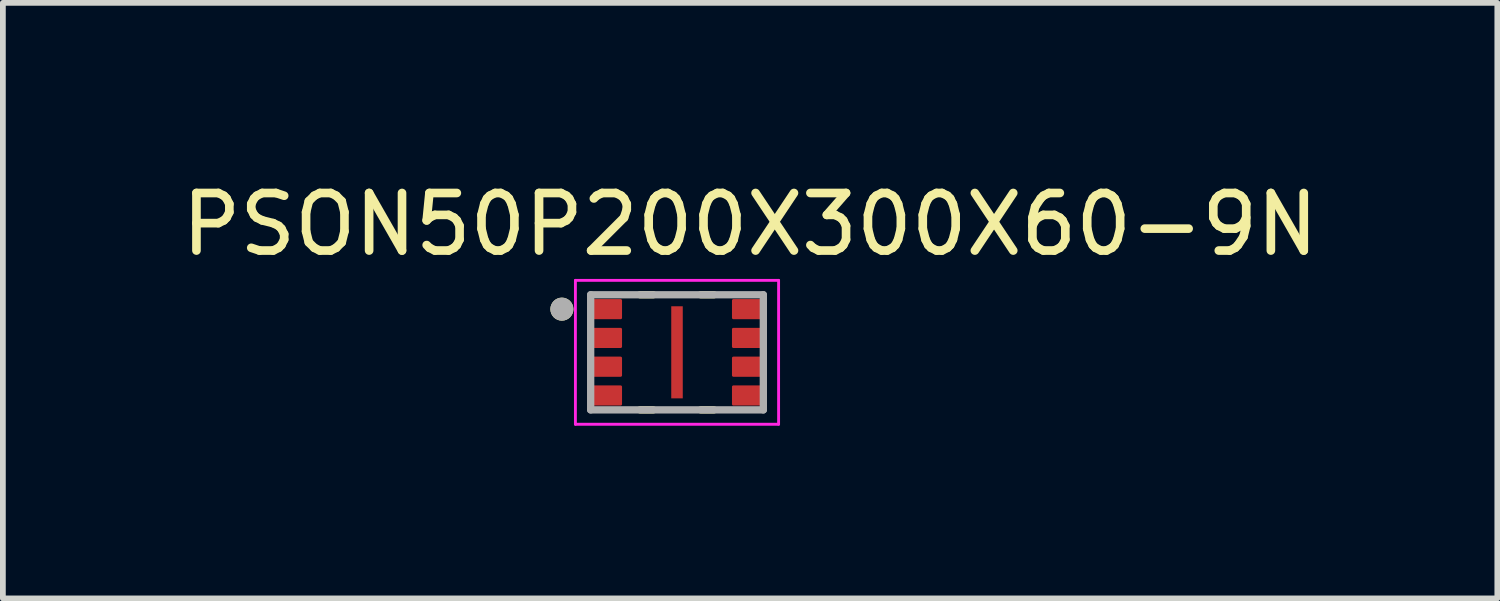
<source format=kicad_pcb>
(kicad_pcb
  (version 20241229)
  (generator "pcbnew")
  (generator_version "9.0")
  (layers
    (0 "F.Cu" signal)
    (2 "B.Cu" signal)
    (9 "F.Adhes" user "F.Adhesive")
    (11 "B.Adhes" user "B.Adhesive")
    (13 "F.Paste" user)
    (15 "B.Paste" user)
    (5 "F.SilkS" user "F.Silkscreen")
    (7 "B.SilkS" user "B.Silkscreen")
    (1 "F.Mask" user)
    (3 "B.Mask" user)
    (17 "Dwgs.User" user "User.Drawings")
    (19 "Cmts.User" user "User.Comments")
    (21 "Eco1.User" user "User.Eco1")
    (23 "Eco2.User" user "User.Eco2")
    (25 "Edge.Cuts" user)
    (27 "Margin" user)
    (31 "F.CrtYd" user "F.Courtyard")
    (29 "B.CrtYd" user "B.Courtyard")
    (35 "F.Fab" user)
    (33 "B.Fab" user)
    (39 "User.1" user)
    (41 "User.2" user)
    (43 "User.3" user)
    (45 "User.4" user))
  (footprint "PSON50P200X300X60-9N"
    (layer "F.Cu")
    (at 8.712 3.071)
    (property "Reference" "PSON50P200X300X60-9N" (at 1.27 -2.223 0) (layer "F.SilkS") (effects (font (size 1 1) (thickness 0.15))))
    (attr smd)
    (fp_poly (pts (xy -0.15 -0.85) (xy 0.15 -0.85) (xy 0.15 0.85) (xy -0.15 0.85)) (stroke (width 0.01) (type solid)) (fill yes) (layer "F.Mask"))
    (fp_poly (pts (xy -1.535 -0.525) (xy -1.537 -0.525) (xy -1.538 -0.525) (xy -1.54 -0.525) (xy -1.541 -0.526) (xy -1.543 -0.526) (xy -1.544 -0.526) (xy -1.546 -0.527) (xy -1.547 -0.528) (xy -1.549 -0.528) (xy -1.55 -0.529) (xy -1.551 -0.53) (xy -1.553 -0.531) (xy -1.554 -0.532) (xy -1.555 -0.533) (xy -1.556 -0.534) (xy -1.557 -0.535) (xy -1.558 -0.536) (xy -1.559 -0.537) (xy -1.56 -0.539) (xy -1.561 -0.54) (xy -1.562 -0.541) (xy -1.562 -0.543) (xy -1.563 -0.544) (xy -1.564 -0.546) (xy -1.564 -0.547) (xy -1.564 -0.549) (xy -1.565 -0.55) (xy -1.565 -0.552) (xy -1.565 -0.553) (xy -1.565 -0.555) (xy -1.565 -0.945) (xy -1.565 -0.947) (xy -1.565 -0.948) (xy -1.565 -0.95) (xy -1.564 -0.951) (xy -1.564 -0.953) (xy -1.564 -0.954) (xy -1.563 -0.956) (xy -1.562 -0.957) (xy -1.562 -0.959) (xy -1.561 -0.96) (xy -1.56 -0.961) (xy -1.559 -0.963) (xy -1.558 -0.964) (xy -1.557 -0.965) (xy -1.556 -0.966) (xy -1.555 -0.967) (xy -1.554 -0.968) (xy -1.553 -0.969) (xy -1.551 -0.97) (xy -1.55 -0.971) (xy -1.549 -0.972) (xy -1.547 -0.972) (xy -1.546 -0.973) (xy -1.544 -0.974) (xy -1.543 -0.974) (xy -1.541 -0.974) (xy -1.54 -0.975) (xy -1.538 -0.975) (xy -1.537 -0.975) (xy -1.535 -0.975) (xy -0.935 -0.975) (xy -0.933 -0.975) (xy -0.932 -0.975) (xy -0.93 -0.975) (xy -0.929 -0.974) (xy -0.927 -0.974) (xy -0.926 -0.974) (xy -0.924 -0.973) (xy -0.923 -0.972) (xy -0.921 -0.972) (xy -0.92 -0.971) (xy -0.919 -0.97) (xy -0.917 -0.969) (xy -0.916 -0.968) (xy -0.915 -0.967) (xy -0.914 -0.966) (xy -0.913 -0.965) (xy -0.912 -0.964) (xy -0.911 -0.963) (xy -0.91 -0.961) (xy -0.909 -0.96) (xy -0.908 -0.959) (xy -0.908 -0.957) (xy -0.907 -0.956) (xy -0.906 -0.954) (xy -0.906 -0.953) (xy -0.906 -0.951) (xy -0.905 -0.95) (xy -0.905 -0.948) (xy -0.905 -0.947) (xy -0.905 -0.945) (xy -0.905 -0.555) (xy -0.905 -0.553) (xy -0.905 -0.552) (xy -0.905 -0.55) (xy -0.906 -0.549) (xy -0.906 -0.547) (xy -0.906 -0.546) (xy -0.907 -0.544) (xy -0.908 -0.543) (xy -0.908 -0.541) (xy -0.909 -0.54) (xy -0.91 -0.539) (xy -0.911 -0.537) (xy -0.912 -0.536) (xy -0.913 -0.535) (xy -0.914 -0.534) (xy -0.915 -0.533) (xy -0.916 -0.532) (xy -0.917 -0.531) (xy -0.919 -0.53) (xy -0.92 -0.529) (xy -0.921 -0.528) (xy -0.923 -0.528) (xy -0.924 -0.527) (xy -0.926 -0.526) (xy -0.927 -0.526) (xy -0.929 -0.526) (xy -0.93 -0.525) (xy -0.932 -0.525) (xy -0.933 -0.525) (xy -0.935 -0.525) (xy -1.535 -0.525)) (stroke (width 0.01) (type solid)) (fill yes) (layer "F.Mask"))
    (fp_poly (pts (xy -1.535 -0.025) (xy -1.537 -0.025) (xy -1.538 -0.025) (xy -1.54 -0.025) (xy -1.541 -0.026) (xy -1.543 -0.026) (xy -1.544 -0.026) (xy -1.546 -0.027) (xy -1.547 -0.028) (xy -1.549 -0.028) (xy -1.55 -0.029) (xy -1.551 -0.03) (xy -1.553 -0.031) (xy -1.554 -0.032) (xy -1.555 -0.033) (xy -1.556 -0.034) (xy -1.557 -0.035) (xy -1.558 -0.036) (xy -1.559 -0.037) (xy -1.56 -0.039) (xy -1.561 -0.04) (xy -1.562 -0.041) (xy -1.562 -0.043) (xy -1.563 -0.044) (xy -1.564 -0.046) (xy -1.564 -0.047) (xy -1.564 -0.049) (xy -1.565 -0.05) (xy -1.565 -0.052) (xy -1.565 -0.053) (xy -1.565 -0.055) (xy -1.565 -0.445) (xy -1.565 -0.447) (xy -1.565 -0.448) (xy -1.565 -0.45) (xy -1.564 -0.451) (xy -1.564 -0.453) (xy -1.564 -0.454) (xy -1.563 -0.456) (xy -1.562 -0.457) (xy -1.562 -0.459) (xy -1.561 -0.46) (xy -1.56 -0.461) (xy -1.559 -0.463) (xy -1.558 -0.464) (xy -1.557 -0.465) (xy -1.556 -0.466) (xy -1.555 -0.467) (xy -1.554 -0.468) (xy -1.553 -0.469) (xy -1.551 -0.47) (xy -1.55 -0.471) (xy -1.549 -0.472) (xy -1.547 -0.472) (xy -1.546 -0.473) (xy -1.544 -0.474) (xy -1.543 -0.474) (xy -1.541 -0.474) (xy -1.54 -0.475) (xy -1.538 -0.475) (xy -1.537 -0.475) (xy -1.535 -0.475) (xy -0.935 -0.475) (xy -0.933 -0.475) (xy -0.932 -0.475) (xy -0.93 -0.475) (xy -0.929 -0.474) (xy -0.927 -0.474) (xy -0.926 -0.474) (xy -0.924 -0.473) (xy -0.923 -0.472) (xy -0.921 -0.472) (xy -0.92 -0.471) (xy -0.919 -0.47) (xy -0.917 -0.469) (xy -0.916 -0.468) (xy -0.915 -0.467) (xy -0.914 -0.466) (xy -0.913 -0.465) (xy -0.912 -0.464) (xy -0.911 -0.463) (xy -0.91 -0.461) (xy -0.909 -0.46) (xy -0.908 -0.459) (xy -0.908 -0.457) (xy -0.907 -0.456) (xy -0.906 -0.454) (xy -0.906 -0.453) (xy -0.906 -0.451) (xy -0.905 -0.45) (xy -0.905 -0.448) (xy -0.905 -0.447) (xy -0.905 -0.445) (xy -0.905 -0.055) (xy -0.905 -0.053) (xy -0.905 -0.052) (xy -0.905 -0.05) (xy -0.906 -0.049) (xy -0.906 -0.047) (xy -0.906 -0.046) (xy -0.907 -0.044) (xy -0.908 -0.043) (xy -0.908 -0.041) (xy -0.909 -0.04) (xy -0.91 -0.039) (xy -0.911 -0.037) (xy -0.912 -0.036) (xy -0.913 -0.035) (xy -0.914 -0.034) (xy -0.915 -0.033) (xy -0.916 -0.032) (xy -0.917 -0.031) (xy -0.919 -0.03) (xy -0.92 -0.029) (xy -0.921 -0.028) (xy -0.923 -0.028) (xy -0.924 -0.027) (xy -0.926 -0.026) (xy -0.927 -0.026) (xy -0.929 -0.026) (xy -0.93 -0.025) (xy -0.932 -0.025) (xy -0.933 -0.025) (xy -0.935 -0.025) (xy -1.535 -0.025)) (stroke (width 0.01) (type solid)) (fill yes) (layer "F.Mask"))
    (fp_poly (pts (xy -1.535 0.475) (xy -1.537 0.475) (xy -1.538 0.475) (xy -1.54 0.475) (xy -1.541 0.474) (xy -1.543 0.474) (xy -1.544 0.474) (xy -1.546 0.473) (xy -1.547 0.472) (xy -1.549 0.472) (xy -1.55 0.471) (xy -1.551 0.47) (xy -1.553 0.469) (xy -1.554 0.468) (xy -1.555 0.467) (xy -1.556 0.466) (xy -1.557 0.465) (xy -1.558 0.464) (xy -1.559 0.463) (xy -1.56 0.461) (xy -1.561 0.46) (xy -1.562 0.459) (xy -1.562 0.457) (xy -1.563 0.456) (xy -1.564 0.454) (xy -1.564 0.453) (xy -1.564 0.451) (xy -1.565 0.45) (xy -1.565 0.448) (xy -1.565 0.447) (xy -1.565 0.445) (xy -1.565 0.055) (xy -1.565 0.053) (xy -1.565 0.052) (xy -1.565 0.05) (xy -1.564 0.049) (xy -1.564 0.047) (xy -1.564 0.046) (xy -1.563 0.044) (xy -1.562 0.043) (xy -1.562 0.041) (xy -1.561 0.04) (xy -1.56 0.039) (xy -1.559 0.037) (xy -1.558 0.036) (xy -1.557 0.035) (xy -1.556 0.034) (xy -1.555 0.033) (xy -1.554 0.032) (xy -1.553 0.031) (xy -1.551 0.03) (xy -1.55 0.029) (xy -1.549 0.028) (xy -1.547 0.028) (xy -1.546 0.027) (xy -1.544 0.026) (xy -1.543 0.026) (xy -1.541 0.026) (xy -1.54 0.025) (xy -1.538 0.025) (xy -1.537 0.025) (xy -1.535 0.025) (xy -0.935 0.025) (xy -0.933 0.025) (xy -0.932 0.025) (xy -0.93 0.025) (xy -0.929 0.026) (xy -0.927 0.026) (xy -0.926 0.026) (xy -0.924 0.027) (xy -0.923 0.028) (xy -0.921 0.028) (xy -0.92 0.029) (xy -0.919 0.03) (xy -0.917 0.031) (xy -0.916 0.032) (xy -0.915 0.033) (xy -0.914 0.034) (xy -0.913 0.035) (xy -0.912 0.036) (xy -0.911 0.037) (xy -0.91 0.039) (xy -0.909 0.04) (xy -0.908 0.041) (xy -0.908 0.043) (xy -0.907 0.044) (xy -0.906 0.046) (xy -0.906 0.047) (xy -0.906 0.049) (xy -0.905 0.05) (xy -0.905 0.052) (xy -0.905 0.053) (xy -0.905 0.055) (xy -0.905 0.445) (xy -0.905 0.447) (xy -0.905 0.448) (xy -0.905 0.45) (xy -0.906 0.451) (xy -0.906 0.453) (xy -0.906 0.454) (xy -0.907 0.456) (xy -0.908 0.457) (xy -0.908 0.459) (xy -0.909 0.46) (xy -0.91 0.461) (xy -0.911 0.463) (xy -0.912 0.464) (xy -0.913 0.465) (xy -0.914 0.466) (xy -0.915 0.467) (xy -0.916 0.468) (xy -0.917 0.469) (xy -0.919 0.47) (xy -0.92 0.471) (xy -0.921 0.472) (xy -0.923 0.472) (xy -0.924 0.473) (xy -0.926 0.474) (xy -0.927 0.474) (xy -0.929 0.474) (xy -0.93 0.475) (xy -0.932 0.475) (xy -0.933 0.475) (xy -0.935 0.475) (xy -1.535 0.475)) (stroke (width 0.01) (type solid)) (fill yes) (layer "F.Mask"))
    (fp_poly (pts (xy -1.535 0.975) (xy -1.537 0.975) (xy -1.538 0.975) (xy -1.54 0.975) (xy -1.541 0.974) (xy -1.543 0.974) (xy -1.544 0.974) (xy -1.546 0.973) (xy -1.547 0.972) (xy -1.549 0.972) (xy -1.55 0.971) (xy -1.551 0.97) (xy -1.553 0.969) (xy -1.554 0.968) (xy -1.555 0.967) (xy -1.556 0.966) (xy -1.557 0.965) (xy -1.558 0.964) (xy -1.559 0.963) (xy -1.56 0.961) (xy -1.561 0.96) (xy -1.562 0.959) (xy -1.562 0.957) (xy -1.563 0.956) (xy -1.564 0.954) (xy -1.564 0.953) (xy -1.564 0.951) (xy -1.565 0.95) (xy -1.565 0.948) (xy -1.565 0.947) (xy -1.565 0.945) (xy -1.565 0.555) (xy -1.565 0.553) (xy -1.565 0.552) (xy -1.565 0.55) (xy -1.564 0.549) (xy -1.564 0.547) (xy -1.564 0.546) (xy -1.563 0.544) (xy -1.562 0.543) (xy -1.562 0.541) (xy -1.561 0.54) (xy -1.56 0.539) (xy -1.559 0.537) (xy -1.558 0.536) (xy -1.557 0.535) (xy -1.556 0.534) (xy -1.555 0.533) (xy -1.554 0.532) (xy -1.553 0.531) (xy -1.551 0.53) (xy -1.55 0.529) (xy -1.549 0.528) (xy -1.547 0.528) (xy -1.546 0.527) (xy -1.544 0.526) (xy -1.543 0.526) (xy -1.541 0.526) (xy -1.54 0.525) (xy -1.538 0.525) (xy -1.537 0.525) (xy -1.535 0.525) (xy -0.935 0.525) (xy -0.933 0.525) (xy -0.932 0.525) (xy -0.93 0.525) (xy -0.929 0.526) (xy -0.927 0.526) (xy -0.926 0.526) (xy -0.924 0.527) (xy -0.923 0.528) (xy -0.921 0.528) (xy -0.92 0.529) (xy -0.919 0.53) (xy -0.917 0.531) (xy -0.916 0.532) (xy -0.915 0.533) (xy -0.914 0.534) (xy -0.913 0.535) (xy -0.912 0.536) (xy -0.911 0.537) (xy -0.91 0.539) (xy -0.909 0.54) (xy -0.908 0.541) (xy -0.908 0.543) (xy -0.907 0.544) (xy -0.906 0.546) (xy -0.906 0.547) (xy -0.906 0.549) (xy -0.905 0.55) (xy -0.905 0.552) (xy -0.905 0.553) (xy -0.905 0.555) (xy -0.905 0.945) (xy -0.905 0.947) (xy -0.905 0.948) (xy -0.905 0.95) (xy -0.906 0.951) (xy -0.906 0.953) (xy -0.906 0.954) (xy -0.907 0.956) (xy -0.908 0.957) (xy -0.908 0.959) (xy -0.909 0.96) (xy -0.91 0.961) (xy -0.911 0.963) (xy -0.912 0.964) (xy -0.913 0.965) (xy -0.914 0.966) (xy -0.915 0.967) (xy -0.916 0.968) (xy -0.917 0.969) (xy -0.919 0.97) (xy -0.92 0.971) (xy -0.921 0.972) (xy -0.923 0.972) (xy -0.924 0.973) (xy -0.926 0.974) (xy -0.927 0.974) (xy -0.929 0.974) (xy -0.93 0.975) (xy -0.932 0.975) (xy -0.933 0.975) (xy -0.935 0.975) (xy -1.535 0.975)) (stroke (width 0.01) (type solid)) (fill yes) (layer "F.Mask"))
    (fp_poly (pts (xy 0.935 -0.525) (xy 0.933 -0.525) (xy 0.932 -0.525) (xy 0.93 -0.525) (xy 0.929 -0.526) (xy 0.927 -0.526) (xy 0.926 -0.526) (xy 0.924 -0.527) (xy 0.923 -0.528) (xy 0.921 -0.528) (xy 0.92 -0.529) (xy 0.919 -0.53) (xy 0.917 -0.531) (xy 0.916 -0.532) (xy 0.915 -0.533) (xy 0.914 -0.534) (xy 0.913 -0.535) (xy 0.912 -0.536) (xy 0.911 -0.537) (xy 0.91 -0.539) (xy 0.909 -0.54) (xy 0.908 -0.541) (xy 0.908 -0.543) (xy 0.907 -0.544) (xy 0.906 -0.546) (xy 0.906 -0.547) (xy 0.906 -0.549) (xy 0.905 -0.55) (xy 0.905 -0.552) (xy 0.905 -0.553) (xy 0.905 -0.555) (xy 0.905 -0.945) (xy 0.905 -0.947) (xy 0.905 -0.948) (xy 0.905 -0.95) (xy 0.906 -0.951) (xy 0.906 -0.953) (xy 0.906 -0.954) (xy 0.907 -0.956) (xy 0.908 -0.957) (xy 0.908 -0.959) (xy 0.909 -0.96) (xy 0.91 -0.961) (xy 0.911 -0.963) (xy 0.912 -0.964) (xy 0.913 -0.965) (xy 0.914 -0.966) (xy 0.915 -0.967) (xy 0.916 -0.968) (xy 0.917 -0.969) (xy 0.919 -0.97) (xy 0.92 -0.971) (xy 0.921 -0.972) (xy 0.923 -0.972) (xy 0.924 -0.973) (xy 0.926 -0.974) (xy 0.927 -0.974) (xy 0.929 -0.974) (xy 0.93 -0.975) (xy 0.932 -0.975) (xy 0.933 -0.975) (xy 0.935 -0.975) (xy 1.535 -0.975) (xy 1.537 -0.975) (xy 1.538 -0.975) (xy 1.54 -0.975) (xy 1.541 -0.974) (xy 1.543 -0.974) (xy 1.544 -0.974) (xy 1.546 -0.973) (xy 1.547 -0.972) (xy 1.549 -0.972) (xy 1.55 -0.971) (xy 1.551 -0.97) (xy 1.553 -0.969) (xy 1.554 -0.968) (xy 1.555 -0.967) (xy 1.556 -0.966) (xy 1.557 -0.965) (xy 1.558 -0.964) (xy 1.559 -0.963) (xy 1.56 -0.961) (xy 1.561 -0.96) (xy 1.562 -0.959) (xy 1.562 -0.957) (xy 1.563 -0.956) (xy 1.564 -0.954) (xy 1.564 -0.953) (xy 1.564 -0.951) (xy 1.565 -0.95) (xy 1.565 -0.948) (xy 1.565 -0.947) (xy 1.565 -0.945) (xy 1.565 -0.555) (xy 1.565 -0.553) (xy 1.565 -0.552) (xy 1.565 -0.55) (xy 1.564 -0.549) (xy 1.564 -0.547) (xy 1.564 -0.546) (xy 1.563 -0.544) (xy 1.562 -0.543) (xy 1.562 -0.541) (xy 1.561 -0.54) (xy 1.56 -0.539) (xy 1.559 -0.537) (xy 1.558 -0.536) (xy 1.557 -0.535) (xy 1.556 -0.534) (xy 1.555 -0.533) (xy 1.554 -0.532) (xy 1.553 -0.531) (xy 1.551 -0.53) (xy 1.55 -0.529) (xy 1.549 -0.528) (xy 1.547 -0.528) (xy 1.546 -0.527) (xy 1.544 -0.526) (xy 1.543 -0.526) (xy 1.541 -0.526) (xy 1.54 -0.525) (xy 1.538 -0.525) (xy 1.537 -0.525) (xy 1.535 -0.525) (xy 0.935 -0.525)) (stroke (width 0.01) (type solid)) (fill yes) (layer "F.Mask"))
    (fp_poly (pts (xy 0.935 -0.025) (xy 0.933 -0.025) (xy 0.932 -0.025) (xy 0.93 -0.025) (xy 0.929 -0.026) (xy 0.927 -0.026) (xy 0.926 -0.026) (xy 0.924 -0.027) (xy 0.923 -0.028) (xy 0.921 -0.028) (xy 0.92 -0.029) (xy 0.919 -0.03) (xy 0.917 -0.031) (xy 0.916 -0.032) (xy 0.915 -0.033) (xy 0.914 -0.034) (xy 0.913 -0.035) (xy 0.912 -0.036) (xy 0.911 -0.037) (xy 0.91 -0.039) (xy 0.909 -0.04) (xy 0.908 -0.041) (xy 0.908 -0.043) (xy 0.907 -0.044) (xy 0.906 -0.046) (xy 0.906 -0.047) (xy 0.906 -0.049) (xy 0.905 -0.05) (xy 0.905 -0.052) (xy 0.905 -0.053) (xy 0.905 -0.055) (xy 0.905 -0.445) (xy 0.905 -0.447) (xy 0.905 -0.448) (xy 0.905 -0.45) (xy 0.906 -0.451) (xy 0.906 -0.453) (xy 0.906 -0.454) (xy 0.907 -0.456) (xy 0.908 -0.457) (xy 0.908 -0.459) (xy 0.909 -0.46) (xy 0.91 -0.461) (xy 0.911 -0.463) (xy 0.912 -0.464) (xy 0.913 -0.465) (xy 0.914 -0.466) (xy 0.915 -0.467) (xy 0.916 -0.468) (xy 0.917 -0.469) (xy 0.919 -0.47) (xy 0.92 -0.471) (xy 0.921 -0.472) (xy 0.923 -0.472) (xy 0.924 -0.473) (xy 0.926 -0.474) (xy 0.927 -0.474) (xy 0.929 -0.474) (xy 0.93 -0.475) (xy 0.932 -0.475) (xy 0.933 -0.475) (xy 0.935 -0.475) (xy 1.535 -0.475) (xy 1.537 -0.475) (xy 1.538 -0.475) (xy 1.54 -0.475) (xy 1.541 -0.474) (xy 1.543 -0.474) (xy 1.544 -0.474) (xy 1.546 -0.473) (xy 1.547 -0.472) (xy 1.549 -0.472) (xy 1.55 -0.471) (xy 1.551 -0.47) (xy 1.553 -0.469) (xy 1.554 -0.468) (xy 1.555 -0.467) (xy 1.556 -0.466) (xy 1.557 -0.465) (xy 1.558 -0.464) (xy 1.559 -0.463) (xy 1.56 -0.461) (xy 1.561 -0.46) (xy 1.562 -0.459) (xy 1.562 -0.457) (xy 1.563 -0.456) (xy 1.564 -0.454) (xy 1.564 -0.453) (xy 1.564 -0.451) (xy 1.565 -0.45) (xy 1.565 -0.448) (xy 1.565 -0.447) (xy 1.565 -0.445) (xy 1.565 -0.055) (xy 1.565 -0.053) (xy 1.565 -0.052) (xy 1.565 -0.05) (xy 1.564 -0.049) (xy 1.564 -0.047) (xy 1.564 -0.046) (xy 1.563 -0.044) (xy 1.562 -0.043) (xy 1.562 -0.041) (xy 1.561 -0.04) (xy 1.56 -0.039) (xy 1.559 -0.037) (xy 1.558 -0.036) (xy 1.557 -0.035) (xy 1.556 -0.034) (xy 1.555 -0.033) (xy 1.554 -0.032) (xy 1.553 -0.031) (xy 1.551 -0.03) (xy 1.55 -0.029) (xy 1.549 -0.028) (xy 1.547 -0.028) (xy 1.546 -0.027) (xy 1.544 -0.026) (xy 1.543 -0.026) (xy 1.541 -0.026) (xy 1.54 -0.025) (xy 1.538 -0.025) (xy 1.537 -0.025) (xy 1.535 -0.025) (xy 0.935 -0.025)) (stroke (width 0.01) (type solid)) (fill yes) (layer "F.Mask"))
    (fp_poly (pts (xy 0.935 0.475) (xy 0.933 0.475) (xy 0.932 0.475) (xy 0.93 0.475) (xy 0.929 0.474) (xy 0.927 0.474) (xy 0.926 0.474) (xy 0.924 0.473) (xy 0.923 0.472) (xy 0.921 0.472) (xy 0.92 0.471) (xy 0.919 0.47) (xy 0.917 0.469) (xy 0.916 0.468) (xy 0.915 0.467) (xy 0.914 0.466) (xy 0.913 0.465) (xy 0.912 0.464) (xy 0.911 0.463) (xy 0.91 0.461) (xy 0.909 0.46) (xy 0.908 0.459) (xy 0.908 0.457) (xy 0.907 0.456) (xy 0.906 0.454) (xy 0.906 0.453) (xy 0.906 0.451) (xy 0.905 0.45) (xy 0.905 0.448) (xy 0.905 0.447) (xy 0.905 0.445) (xy 0.905 0.055) (xy 0.905 0.053) (xy 0.905 0.052) (xy 0.905 0.05) (xy 0.906 0.049) (xy 0.906 0.047) (xy 0.906 0.046) (xy 0.907 0.044) (xy 0.908 0.043) (xy 0.908 0.041) (xy 0.909 0.04) (xy 0.91 0.039) (xy 0.911 0.037) (xy 0.912 0.036) (xy 0.913 0.035) (xy 0.914 0.034) (xy 0.915 0.033) (xy 0.916 0.032) (xy 0.917 0.031) (xy 0.919 0.03) (xy 0.92 0.029) (xy 0.921 0.028) (xy 0.923 0.028) (xy 0.924 0.027) (xy 0.926 0.026) (xy 0.927 0.026) (xy 0.929 0.026) (xy 0.93 0.025) (xy 0.932 0.025) (xy 0.933 0.025) (xy 0.935 0.025) (xy 1.535 0.025) (xy 1.537 0.025) (xy 1.538 0.025) (xy 1.54 0.025) (xy 1.541 0.026) (xy 1.543 0.026) (xy 1.544 0.026) (xy 1.546 0.027) (xy 1.547 0.028) (xy 1.549 0.028) (xy 1.55 0.029) (xy 1.551 0.03) (xy 1.553 0.031) (xy 1.554 0.032) (xy 1.555 0.033) (xy 1.556 0.034) (xy 1.557 0.035) (xy 1.558 0.036) (xy 1.559 0.037) (xy 1.56 0.039) (xy 1.561 0.04) (xy 1.562 0.041) (xy 1.562 0.043) (xy 1.563 0.044) (xy 1.564 0.046) (xy 1.564 0.047) (xy 1.564 0.049) (xy 1.565 0.05) (xy 1.565 0.052) (xy 1.565 0.053) (xy 1.565 0.055) (xy 1.565 0.445) (xy 1.565 0.447) (xy 1.565 0.448) (xy 1.565 0.45) (xy 1.564 0.451) (xy 1.564 0.453) (xy 1.564 0.454) (xy 1.563 0.456) (xy 1.562 0.457) (xy 1.562 0.459) (xy 1.561 0.46) (xy 1.56 0.461) (xy 1.559 0.463) (xy 1.558 0.464) (xy 1.557 0.465) (xy 1.556 0.466) (xy 1.555 0.467) (xy 1.554 0.468) (xy 1.553 0.469) (xy 1.551 0.47) (xy 1.55 0.471) (xy 1.549 0.472) (xy 1.547 0.472) (xy 1.546 0.473) (xy 1.544 0.474) (xy 1.543 0.474) (xy 1.541 0.474) (xy 1.54 0.475) (xy 1.538 0.475) (xy 1.537 0.475) (xy 1.535 0.475) (xy 0.935 0.475)) (stroke (width 0.01) (type solid)) (fill yes) (layer "F.Mask"))
    (fp_poly (pts (xy 0.935 0.975) (xy 0.933 0.975) (xy 0.932 0.975) (xy 0.93 0.975) (xy 0.929 0.974) (xy 0.927 0.974) (xy 0.926 0.974) (xy 0.924 0.973) (xy 0.923 0.972) (xy 0.921 0.972) (xy 0.92 0.971) (xy 0.919 0.97) (xy 0.917 0.969) (xy 0.916 0.968) (xy 0.915 0.967) (xy 0.914 0.966) (xy 0.913 0.965) (xy 0.912 0.964) (xy 0.911 0.963) (xy 0.91 0.961) (xy 0.909 0.96) (xy 0.908 0.959) (xy 0.908 0.957) (xy 0.907 0.956) (xy 0.906 0.954) (xy 0.906 0.953) (xy 0.906 0.951) (xy 0.905 0.95) (xy 0.905 0.948) (xy 0.905 0.947) (xy 0.905 0.945) (xy 0.905 0.555) (xy 0.905 0.553) (xy 0.905 0.552) (xy 0.905 0.55) (xy 0.906 0.549) (xy 0.906 0.547) (xy 0.906 0.546) (xy 0.907 0.544) (xy 0.908 0.543) (xy 0.908 0.541) (xy 0.909 0.54) (xy 0.91 0.539) (xy 0.911 0.537) (xy 0.912 0.536) (xy 0.913 0.535) (xy 0.914 0.534) (xy 0.915 0.533) (xy 0.916 0.532) (xy 0.917 0.531) (xy 0.919 0.53) (xy 0.92 0.529) (xy 0.921 0.528) (xy 0.923 0.528) (xy 0.924 0.527) (xy 0.926 0.526) (xy 0.927 0.526) (xy 0.929 0.526) (xy 0.93 0.525) (xy 0.932 0.525) (xy 0.933 0.525) (xy 0.935 0.525) (xy 1.535 0.525) (xy 1.537 0.525) (xy 1.538 0.525) (xy 1.54 0.525) (xy 1.541 0.526) (xy 1.543 0.526) (xy 1.544 0.526) (xy 1.546 0.527) (xy 1.547 0.528) (xy 1.549 0.528) (xy 1.55 0.529) (xy 1.551 0.53) (xy 1.553 0.531) (xy 1.554 0.532) (xy 1.555 0.533) (xy 1.556 0.534) (xy 1.557 0.535) (xy 1.558 0.536) (xy 1.559 0.537) (xy 1.56 0.539) (xy 1.561 0.54) (xy 1.562 0.541) (xy 1.562 0.543) (xy 1.563 0.544) (xy 1.564 0.546) (xy 1.564 0.547) (xy 1.564 0.549) (xy 1.565 0.55) (xy 1.565 0.552) (xy 1.565 0.553) (xy 1.565 0.555) (xy 1.565 0.945) (xy 1.565 0.947) (xy 1.565 0.948) (xy 1.565 0.95) (xy 1.564 0.951) (xy 1.564 0.953) (xy 1.564 0.954) (xy 1.563 0.956) (xy 1.562 0.957) (xy 1.562 0.959) (xy 1.561 0.96) (xy 1.56 0.961) (xy 1.559 0.963) (xy 1.558 0.964) (xy 1.557 0.965) (xy 1.556 0.966) (xy 1.555 0.967) (xy 1.554 0.968) (xy 1.553 0.969) (xy 1.551 0.97) (xy 1.55 0.971) (xy 1.549 0.972) (xy 1.547 0.972) (xy 1.546 0.973) (xy 1.544 0.974) (xy 1.543 0.974) (xy 1.541 0.974) (xy 1.54 0.975) (xy 1.538 0.975) (xy 1.537 0.975) (xy 1.535 0.975) (xy 0.935 0.975)) (stroke (width 0.01) (type solid)) (fill yes) (layer "F.Mask"))
    (fp_line (start -0.641 -1) (end -0.413 -1) (stroke (width 0.127) (type solid)) (layer "F.SilkS"))
    (fp_line (start -0.413 1) (end -0.641 1) (stroke (width 0.127) (type solid)) (layer "F.SilkS"))
    (fp_line (start 0.413 -1) (end 0.641 -1) (stroke (width 0.127) (type solid)) (layer "F.SilkS"))
    (fp_line (start 0.641 1) (end 0.413 1) (stroke (width 0.127) (type solid)) (layer "F.SilkS"))
    (fp_circle (center -2 -0.75) (end -1.9 -0.75) (stroke (width 0.2) (type solid)) (fill no) (layer "F.SilkS"))
    (fp_poly (pts (xy -0.063 -0.506) (xy 0.063 -0.506) (xy 0.063 0.506) (xy -0.063 0.506)) (stroke (width 0.01) (type solid)) (fill yes) (layer "F.Paste"))
    (fp_line (start -1.765 -1.25) (end -1.765 1.25) (stroke (width 0.05) (type solid)) (layer "F.CrtYd"))
    (fp_line (start -1.765 1.25) (end 1.765 1.25) (stroke (width 0.05) (type solid)) (layer "F.CrtYd"))
    (fp_line (start 1.765 -1.25) (end -1.765 -1.25) (stroke (width 0.05) (type solid)) (layer "F.CrtYd"))
    (fp_line (start 1.765 1.25) (end 1.765 -1.25) (stroke (width 0.05) (type solid)) (layer "F.CrtYd"))
    (fp_line (start -1.5 -1) (end 1.5 -1) (stroke (width 0.127) (type solid)) (layer "F.Fab"))
    (fp_line (start -1.5 1) (end -1.5 -1) (stroke (width 0.127) (type solid)) (layer "F.Fab"))
    (fp_line (start 1.5 -1) (end 1.5 1) (stroke (width 0.127) (type solid)) (layer "F.Fab"))
    (fp_line (start 1.5 1) (end -1.5 1) (stroke (width 0.127) (type solid)) (layer "F.Fab"))
    (fp_circle (center -2 -0.75) (end -1.9 -0.75) (stroke (width 0.2) (type solid)) (fill no) (layer "F.Fab"))
    (pad "1" smd roundrect (at -1.235 -0.75) (size 0.56 0.35) (layers "F.Cu" "F.Paste") (roundrect_rratio 0.07))
    (pad "2" smd roundrect (at -1.235 -0.25) (size 0.56 0.35) (layers "F.Cu" "F.Paste") (roundrect_rratio 0.07))
    (pad "3" smd roundrect (at -1.235 0.25) (size 0.56 0.35) (layers "F.Cu" "F.Paste") (roundrect_rratio 0.07))
    (pad "4" smd roundrect (at -1.235 0.75) (size 0.56 0.35) (layers "F.Cu" "F.Paste") (roundrect_rratio 0.07))
    (pad "5" smd roundrect (at 1.235 0.75) (size 0.56 0.35) (layers "F.Cu" "F.Paste") (roundrect_rratio 0.07))
    (pad "6" smd roundrect (at 1.235 0.25) (size 0.56 0.35) (layers "F.Cu" "F.Paste") (roundrect_rratio 0.07))
    (pad "7" smd roundrect (at 1.235 -0.25) (size 0.56 0.35) (layers "F.Cu" "F.Paste") (roundrect_rratio 0.07))
    (pad "8" smd roundrect (at 1.235 -0.75) (size 0.56 0.35) (layers "F.Cu" "F.Paste") (roundrect_rratio 0.07))
    (pad "9" smd rect (at 0 0) (size 0.2 1.6) (layers "F.Cu")))
  (gr_rect
    (start -3 -3)
    (end 22.964 7.346)
    (stroke (width 0.1) (type default))
    (fill no)
    (layer "Edge.Cuts")))
</source>
